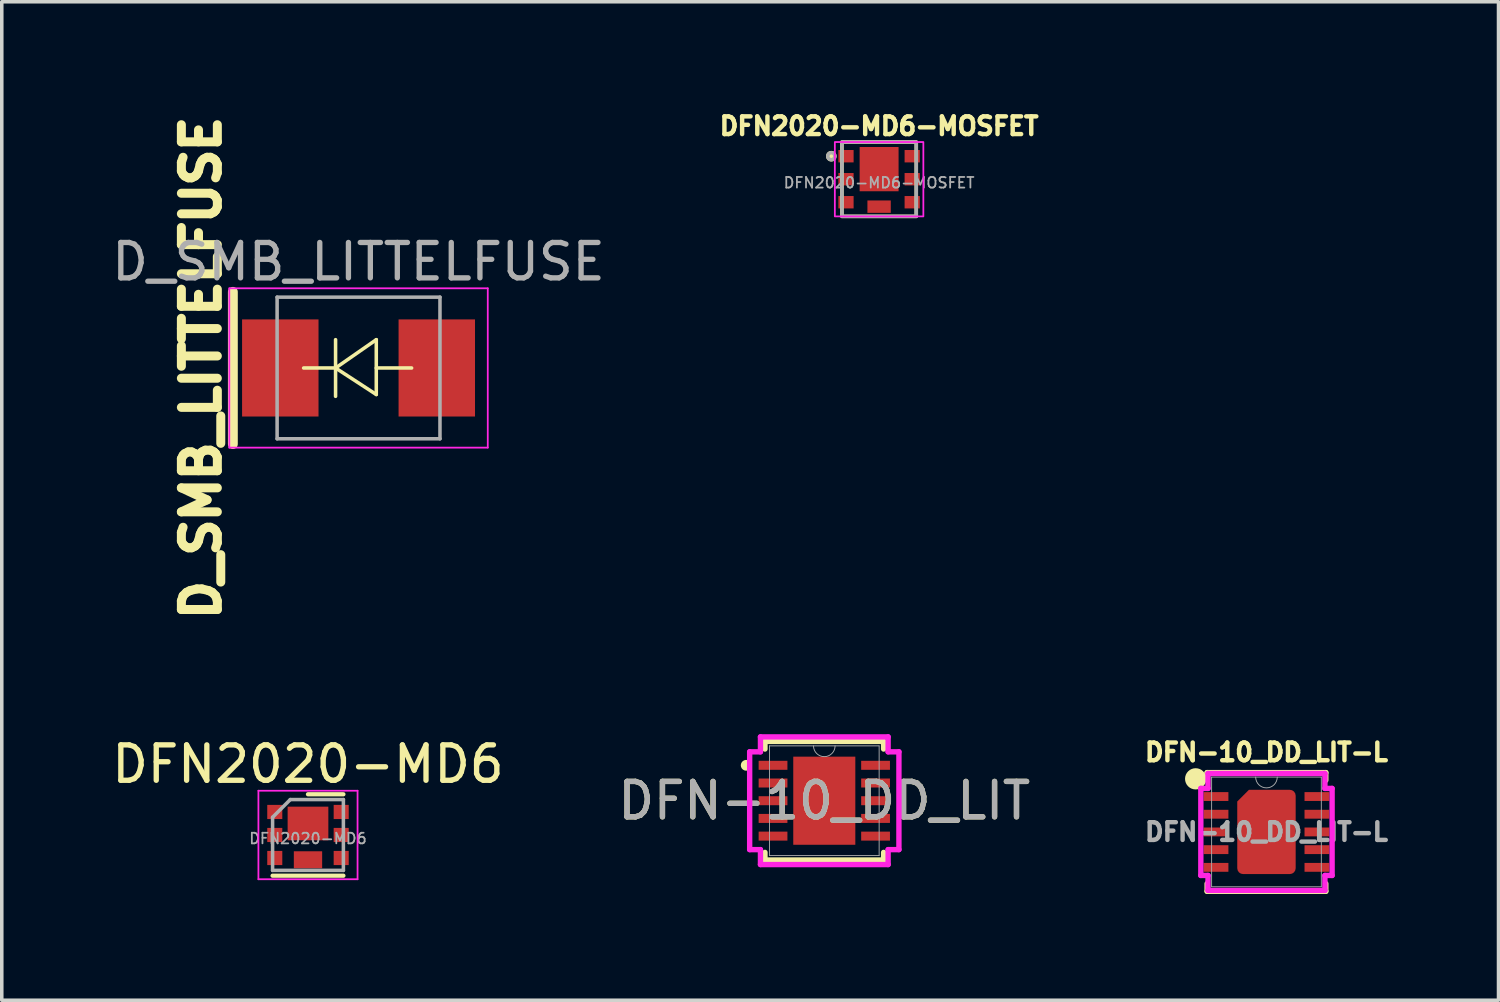
<source format=kicad_pcb>
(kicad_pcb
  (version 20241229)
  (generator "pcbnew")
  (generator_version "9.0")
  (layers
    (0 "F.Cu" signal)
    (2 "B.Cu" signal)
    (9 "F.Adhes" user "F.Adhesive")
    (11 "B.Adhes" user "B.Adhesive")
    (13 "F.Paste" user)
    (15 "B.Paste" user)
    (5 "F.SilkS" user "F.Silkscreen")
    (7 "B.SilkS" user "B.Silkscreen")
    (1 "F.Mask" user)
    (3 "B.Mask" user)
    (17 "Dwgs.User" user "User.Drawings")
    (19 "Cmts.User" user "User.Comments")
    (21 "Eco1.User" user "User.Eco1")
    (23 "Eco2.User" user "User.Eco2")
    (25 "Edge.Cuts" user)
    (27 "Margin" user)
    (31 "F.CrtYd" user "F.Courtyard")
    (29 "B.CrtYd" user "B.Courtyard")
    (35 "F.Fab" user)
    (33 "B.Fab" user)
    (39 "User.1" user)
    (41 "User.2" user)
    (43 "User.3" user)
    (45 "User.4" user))
  (footprint "DFN-10_DD_LIT"
    (layer "F.Cu")
    (at 20.232 19.566)
    (property "Reference" "DFN-10_DD_LIT" (at 0 0 0) (unlocked yes) (layer "F.SilkS") (effects (font (size 1 1) (thickness 0.15))))
    (attr smd)
    (fp_line (start -1.676 -1.676) (end -1.676 -1.46) (stroke (width 0.152) (type solid)) (layer "F.SilkS"))
    (fp_line (start -1.676 1.46) (end -1.676 1.676) (stroke (width 0.152) (type solid)) (layer "F.SilkS"))
    (fp_line (start -1.676 1.676) (end 1.676 1.676) (stroke (width 0.152) (type solid)) (layer "F.SilkS"))
    (fp_line (start 1.676 -1.676) (end -1.676 -1.676) (stroke (width 0.152) (type solid)) (layer "F.SilkS"))
    (fp_line (start 1.676 -1.46) (end 1.676 -1.676) (stroke (width 0.152) (type solid)) (layer "F.SilkS"))
    (fp_line (start 1.676 1.676) (end 1.676 1.46) (stroke (width 0.152) (type solid)) (layer "F.SilkS"))
    (fp_arc (start -2.18694 -0.926171) (mid -2.282 -1) (end -2.18694 -1.073829) (stroke (width 0.1524) (type solid)) (layer "F.SilkS"))
    (fp_line (start -2.108 -1.381) (end -1.803 -1.381) (stroke (width 0.152) (type solid)) (layer "F.CrtYd"))
    (fp_line (start -2.108 1.381) (end -2.108 -1.381) (stroke (width 0.152) (type solid)) (layer "F.CrtYd"))
    (fp_line (start -2.108 1.381) (end -1.803 1.381) (stroke (width 0.152) (type solid)) (layer "F.CrtYd"))
    (fp_line (start -1.803 -1.803) (end 1.803 -1.803) (stroke (width 0.152) (type solid)) (layer "F.CrtYd"))
    (fp_line (start -1.803 -1.381) (end -1.803 -1.803) (stroke (width 0.152) (type solid)) (layer "F.CrtYd"))
    (fp_line (start -1.803 1.803) (end -1.803 1.381) (stroke (width 0.152) (type solid)) (layer "F.CrtYd"))
    (fp_line (start 1.803 -1.803) (end 1.803 -1.381) (stroke (width 0.152) (type solid)) (layer "F.CrtYd"))
    (fp_line (start 1.803 1.381) (end 1.803 1.803) (stroke (width 0.152) (type solid)) (layer "F.CrtYd"))
    (fp_line (start 1.803 1.803) (end -1.803 1.803) (stroke (width 0.152) (type solid)) (layer "F.CrtYd"))
    (fp_line (start 2.108 -1.381) (end 1.803 -1.381) (stroke (width 0.152) (type solid)) (layer "F.CrtYd"))
    (fp_line (start 2.108 -1.381) (end 2.108 1.381) (stroke (width 0.152) (type solid)) (layer "F.CrtYd"))
    (fp_line (start 2.108 1.381) (end 1.803 1.381) (stroke (width 0.152) (type solid)) (layer "F.CrtYd"))
    (fp_line (start -1.549 -1.549) (end -1.549 1.549) (stroke (width 0.025) (type solid)) (layer "F.Fab"))
    (fp_line (start -1.549 1.549) (end 1.549 1.549) (stroke (width 0.025) (type solid)) (layer "F.Fab"))
    (fp_line (start 1.549 -1.549) (end -1.549 -1.549) (stroke (width 0.025) (type solid)) (layer "F.Fab"))
    (fp_line (start 1.549 1.549) (end 1.549 -1.549) (stroke (width 0.025) (type solid)) (layer "F.Fab"))
    (fp_arc (start 0.3048 -1.5494) (mid 0 -1.2446) (end -0.3048 -1.5494) (stroke (width 0.0254) (type solid)) (layer "F.Fab"))
    (fp_text user "${REFERENCE}" (at 0 0 0) (unlocked yes) (layer "F.Fab") (effects (font (size 1 1) (thickness 0.15))))
    (pad "1" smd rect (at -1.448 -1) (size 0.813 0.254) (layers "F.Cu" "F.Mask" "F.Paste"))
    (pad "2" smd rect (at -1.448 -0.5) (size 0.813 0.254) (layers "F.Cu" "F.Mask" "F.Paste"))
    (pad "3" smd rect (at -1.448 0) (size 0.813 0.254) (layers "F.Cu" "F.Mask" "F.Paste"))
    (pad "4" smd rect (at -1.448 0.5) (size 0.813 0.254) (layers "F.Cu" "F.Mask" "F.Paste"))
    (pad "5" smd rect (at -1.448 1) (size 0.813 0.254) (layers "F.Cu" "F.Mask" "F.Paste"))
    (pad "6" smd rect (at 1.448 1) (size 0.813 0.254) (layers "F.Cu" "F.Mask" "F.Paste"))
    (pad "7" smd rect (at 1.448 0.5) (size 0.813 0.254) (layers "F.Cu" "F.Mask" "F.Paste"))
    (pad "8" smd rect (at 1.448 0) (size 0.813 0.254) (layers "F.Cu" "F.Mask" "F.Paste"))
    (pad "9" smd rect (at 1.448 -0.5) (size 0.813 0.254) (layers "F.Cu" "F.Mask" "F.Paste"))
    (pad "10" smd rect (at 1.448 -1) (size 0.813 0.254) (layers "F.Cu" "F.Mask" "F.Paste"))
    (pad "11" smd rect (at 0 0) (size 1.753 2.489) (layers "F.Cu" "F.Mask" "F.Paste")))
  (footprint "D_SMB_LITTELFUSE"
    (layer "F.Cu")
    (at 7.077 7.343)
    (property "Reference" "D_SMB_LITTELFUSE" (at -4.445 0 90) (layer "F.SilkS") (effects (font (size 1.016 1.016) (thickness 0.254))))
    (attr smd)
    (fp_line (start -3.55 -2.15) (end -3.55 2.15) (stroke (width 0.279) (type solid)) (layer "F.SilkS"))
    (fp_line (start -0.649 -0.799) (end -0.649 0.801) (stroke (width 0.1) (type solid)) (layer "F.SilkS"))
    (fp_line (start -0.649 0.001) (end -1.551 0.001) (stroke (width 0.1) (type solid)) (layer "F.SilkS"))
    (fp_line (start -0.649 0.001) (end 0.501 -0.799) (stroke (width 0.1) (type solid)) (layer "F.SilkS"))
    (fp_line (start -0.649 0.001) (end 0.501 0.75) (stroke (width 0.1) (type solid)) (layer "F.SilkS"))
    (fp_line (start 0.501 0.001) (end 1.499 0.001) (stroke (width 0.1) (type solid)) (layer "F.SilkS"))
    (fp_line (start 0.501 0.75) (end 0.501 -0.799) (stroke (width 0.1) (type solid)) (layer "F.SilkS"))
    (fp_line (start -3.65 -2.25) (end 3.65 -2.25) (stroke (width 0.05) (type solid)) (layer "F.CrtYd"))
    (fp_line (start -3.65 2.25) (end -3.65 -2.25) (stroke (width 0.05) (type solid)) (layer "F.CrtYd"))
    (fp_line (start 3.65 -2.25) (end 3.65 2.25) (stroke (width 0.05) (type solid)) (layer "F.CrtYd"))
    (fp_line (start 3.65 2.25) (end -3.65 2.25) (stroke (width 0.05) (type solid)) (layer "F.CrtYd"))
    (fp_line (start -2.3 2) (end -2.3 -2) (stroke (width 0.1) (type solid)) (layer "F.Fab"))
    (fp_line (start 2.3 -2) (end -2.3 -2) (stroke (width 0.1) (type solid)) (layer "F.Fab"))
    (fp_line (start 2.3 -2) (end 2.3 2) (stroke (width 0.1) (type solid)) (layer "F.Fab"))
    (fp_line (start 2.3 2) (end -2.3 2) (stroke (width 0.1) (type solid)) (layer "F.Fab"))
    (fp_text user "${REFERENCE}" (at 0 -3 0) (layer "F.Fab") (effects (font (size 1 1) (thickness 0.15))))
    (pad "1" smd rect (at -2.21 0) (size 2.159 2.743) (layers "F.Cu" "F.Mask" "F.Paste"))
    (pad "2" smd rect (at 2.21 0) (size 2.159 2.743) (layers "F.Cu" "F.Mask" "F.Paste")))
  (footprint "DFN2020-MD6-MOSFET"
    (layer "F.Cu")
    (at 21.78 2.012)
    (property "Reference" "DFN2020-MD6-MOSFET" (at 0 -1.5 0) (layer "F.SilkS") (effects (font (size 0.5 0.5) (thickness 0.125) (bold yes))))
    (attr smd)
    (fp_rect (start -1.05 -1.05) (end 1.05 1.05) (stroke (width 0.1) (type default)) (fill no) (layer "F.SilkS"))
    (fp_circle (center -1.35 -0.65) (end -1.25 -0.65) (stroke (width 0.1) (type solid)) (fill yes) (layer "F.SilkS"))
    (fp_rect (start -1.25 -1.05) (end 1.25 1.05) (stroke (width 0.05) (type default)) (fill no) (layer "F.CrtYd"))
    (fp_rect (start -1.05 -1.05) (end 1.05 1.05) (stroke (width 0.1) (type default)) (fill no) (layer "F.Fab"))
    (fp_circle (center -1.35 -0.65) (end -1.25 -0.65) (stroke (width 0.1) (type solid)) (fill no) (layer "F.Fab"))
    (fp_text user "${REFERENCE}" (at 0 0.1 0) (layer "F.Fab") (effects (font (size 0.3 0.3) (thickness 0.05))))
    (pad "1" smd rect (at -0.935 0.65) (size 0.43 0.35) (layers "F.Cu" "F.Mask" "F.Paste"))
    (pad "2" smd rect (at 0 0.775) (size 0.66 0.35) (layers "F.Cu" "F.Mask" "F.Paste"))
    (pad "2" smd rect (at 0.935 0.65) (size 0.43 0.35) (layers "F.Cu" "F.Mask" "F.Paste"))
    (pad "3" smd rect (at -0.935 -0.65) (size 0.43 0.35) (layers "F.Cu" "F.Mask" "F.Paste"))
    (pad "3" smd rect (at -0.935 0) (size 0.43 0.35) (layers "F.Cu" "F.Mask" "F.Paste"))
    (pad "3" smd rect (at 0 -0.285) (size 1.1 1.25) (layers "F.Cu" "F.Mask" "F.Paste"))
    (pad "3" smd rect (at 0.935 -0.65) (size 0.43 0.35) (layers "F.Cu" "F.Mask" "F.Paste"))
    (pad "3" smd rect (at 0.935 0) (size 0.43 0.35) (layers "F.Cu" "F.Mask" "F.Paste")))
  (footprint "DFN-10_DD_LIT-L"
    (layer "F.Cu")
    (at 32.721 20.448)
    (property "Reference" "DFN-10_DD_LIT-L" (at 0 -2.25 0) (unlocked yes) (layer "F.SilkS") (effects (font (size 0.5 0.5) (thickness 0.125))))
    (attr smd)
    (fp_line (start -1.676 -1.676) (end -1.676 -1.46) (stroke (width 0.152) (type solid)) (layer "F.SilkS"))
    (fp_line (start -1.676 1.46) (end -1.676 1.676) (stroke (width 0.152) (type solid)) (layer "F.SilkS"))
    (fp_line (start -1.676 1.676) (end 1.676 1.676) (stroke (width 0.152) (type solid)) (layer "F.SilkS"))
    (fp_line (start 1.676 -1.676) (end -1.676 -1.676) (stroke (width 0.152) (type solid)) (layer "F.SilkS"))
    (fp_line (start 1.676 -1.46) (end 1.676 -1.676) (stroke (width 0.152) (type solid)) (layer "F.SilkS"))
    (fp_line (start 1.676 1.676) (end 1.676 1.46) (stroke (width 0.152) (type solid)) (layer "F.SilkS"))
    (fp_circle (center -2 -1.5) (end -1.75 -1.5) (stroke (width 0.1) (type solid)) (fill yes) (layer "F.SilkS"))
    (fp_line (start -1.854 -1.229) (end -1.651 -1.229) (stroke (width 0.152) (type solid)) (layer "F.CrtYd"))
    (fp_line (start -1.854 1.229) (end -1.854 -1.229) (stroke (width 0.152) (type solid)) (layer "F.CrtYd"))
    (fp_line (start -1.854 1.229) (end -1.651 1.229) (stroke (width 0.152) (type solid)) (layer "F.CrtYd"))
    (fp_line (start -1.651 -1.651) (end 1.651 -1.651) (stroke (width 0.152) (type solid)) (layer "F.CrtYd"))
    (fp_line (start -1.651 -1.229) (end -1.651 -1.651) (stroke (width 0.152) (type solid)) (layer "F.CrtYd"))
    (fp_line (start -1.651 1.651) (end -1.651 1.229) (stroke (width 0.152) (type solid)) (layer "F.CrtYd"))
    (fp_line (start 1.651 -1.651) (end 1.651 -1.229) (stroke (width 0.152) (type solid)) (layer "F.CrtYd"))
    (fp_line (start 1.651 1.229) (end 1.651 1.651) (stroke (width 0.152) (type solid)) (layer "F.CrtYd"))
    (fp_line (start 1.651 1.651) (end -1.651 1.651) (stroke (width 0.152) (type solid)) (layer "F.CrtYd"))
    (fp_line (start 1.854 -1.229) (end 1.651 -1.229) (stroke (width 0.152) (type solid)) (layer "F.CrtYd"))
    (fp_line (start 1.854 -1.229) (end 1.854 1.229) (stroke (width 0.152) (type solid)) (layer "F.CrtYd"))
    (fp_line (start 1.854 1.229) (end 1.651 1.229) (stroke (width 0.152) (type solid)) (layer "F.CrtYd"))
    (fp_line (start -1.549 -1.549) (end -1.549 1.549) (stroke (width 0.025) (type solid)) (layer "F.Fab"))
    (fp_line (start -1.549 1.549) (end 1.549 1.549) (stroke (width 0.025) (type solid)) (layer "F.Fab"))
    (fp_line (start 1.549 -1.549) (end -1.549 -1.549) (stroke (width 0.025) (type solid)) (layer "F.Fab"))
    (fp_line (start 1.549 1.549) (end 1.549 -1.549) (stroke (width 0.025) (type solid)) (layer "F.Fab"))
    (fp_arc (start 0.3048 -1.5494) (mid 0 -1.2446) (end -0.3048 -1.5494) (stroke (width 0.0254) (type solid)) (layer "F.Fab"))
    (fp_text user "${REFERENCE}" (at 0 0 0) (unlocked yes) (layer "F.Fab") (effects (font (size 0.5 0.5) (thickness 0.125))))
    (pad "1" smd rect (at -1.425 -1) (size 0.7 0.25) (layers "F.Cu" "F.Mask" "F.Paste"))
    (pad "2" smd rect (at -1.425 -0.5) (size 0.7 0.25) (layers "F.Cu" "F.Mask" "F.Paste"))
    (pad "3" smd rect (at -1.425 0) (size 0.7 0.25) (layers "F.Cu" "F.Mask" "F.Paste"))
    (pad "4" smd rect (at -1.425 0.5) (size 0.7 0.25) (layers "F.Cu" "F.Mask" "F.Paste"))
    (pad "5" smd rect (at -1.425 1) (size 0.7 0.25) (layers "F.Cu" "F.Mask" "F.Paste"))
    (pad "6" smd rect (at 1.425 1) (size 0.7 0.25) (layers "F.Cu" "F.Mask" "F.Paste"))
    (pad "7" smd rect (at 1.425 0.5) (size 0.7 0.25) (layers "F.Cu" "F.Mask" "F.Paste"))
    (pad "8" smd rect (at 1.425 0) (size 0.7 0.25) (layers "F.Cu" "F.Mask" "F.Paste"))
    (pad "9" smd rect (at 1.425 -0.5) (size 0.7 0.25) (layers "F.Cu" "F.Mask" "F.Paste"))
    (pad "10" smd rect (at 1.425 -1) (size 0.7 0.25) (layers "F.Cu" "F.Mask" "F.Paste"))
    (pad "11" smd roundrect (at 0 0) (size 1.65 2.38) (layers "F.Cu" "F.Mask" "F.Paste") (roundrect_rratio 0.1) (chamfer_ratio 0.2) (chamfer top_left)))
  (footprint "DFN2020-MD6"
    (layer "F.Cu")
    (at 5.649 20.534)
    (property "Reference" "DFN2020-MD6" (at 0 -2 0) (layer "F.SilkS") (effects (font (size 1 1) (thickness 0.15))))
    (attr smd)
    (fp_line (start 1 -1.15) (end 0 -1.15) (stroke (width 0.12) (type solid)) (layer "F.SilkS"))
    (fp_line (start 1 1.15) (end -1 1.15) (stroke (width 0.12) (type solid)) (layer "F.SilkS"))
    (fp_line (start -1.4 -1.25) (end -1.4 1.25) (stroke (width 0.05) (type solid)) (layer "F.CrtYd"))
    (fp_line (start -1.4 1.25) (end 1.4 1.25) (stroke (width 0.05) (type solid)) (layer "F.CrtYd"))
    (fp_line (start 1.4 -1.25) (end -1.4 -1.25) (stroke (width 0.05) (type solid)) (layer "F.CrtYd"))
    (fp_line (start 1.4 1.25) (end 1.4 -1.25) (stroke (width 0.05) (type solid)) (layer "F.CrtYd"))
    (fp_line (start -1 1) (end -1 -0.5) (stroke (width 0.1) (type solid)) (layer "F.Fab"))
    (fp_line (start -0.5 -1) (end -1 -0.5) (stroke (width 0.1) (type solid)) (layer "F.Fab"))
    (fp_line (start -0.5 -1) (end 1 -1) (stroke (width 0.1) (type solid)) (layer "F.Fab"))
    (fp_line (start 1 -1) (end 1 1) (stroke (width 0.1) (type solid)) (layer "F.Fab"))
    (fp_line (start 1 1) (end -1 1) (stroke (width 0.1) (type solid)) (layer "F.Fab"))
    (fp_text user "${REFERENCE}" (at 0 0.1 0) (layer "F.Fab") (effects (font (size 0.3 0.3) (thickness 0.05))))
    (pad "1" smd rect (at -0.938 -0.65) (size 0.425 0.4) (layers "F.Cu" "F.Mask" "F.Paste"))
    (pad "2" smd rect (at -0.938 0) (size 0.425 0.4) (layers "F.Cu" "F.Mask" "F.Paste"))
    (pad "3" smd rect (at -0.938 0.65) (size 0.425 0.4) (layers "F.Cu" "F.Mask" "F.Paste"))
    (pad "4" smd rect (at 0.938 0.65) (size 0.425 0.4) (layers "F.Cu" "F.Mask" "F.Paste"))
    (pad "5" smd rect (at 0.938 0) (size 0.425 0.4) (layers "F.Cu" "F.Mask" "F.Paste"))
    (pad "6" smd rect (at 0.938 -0.65) (size 0.425 0.4) (layers "F.Cu" "F.Mask" "F.Paste"))
    (pad "7" smd rect (at 0 -0.325) (size 1.15 0.95) (layers "F.Cu" "F.Mask" "F.Paste"))
    (pad "8" smd rect (at 0 0.7) (size 0.8 0.48) (layers "F.Cu" "F.Mask" "F.Paste")))
  (gr_rect
    (start -3 -3)
    (end 39.275 25.201)
    (stroke (width 0.1) (type default))
    (fill no)
    (layer "Edge.Cuts")))
</source>
